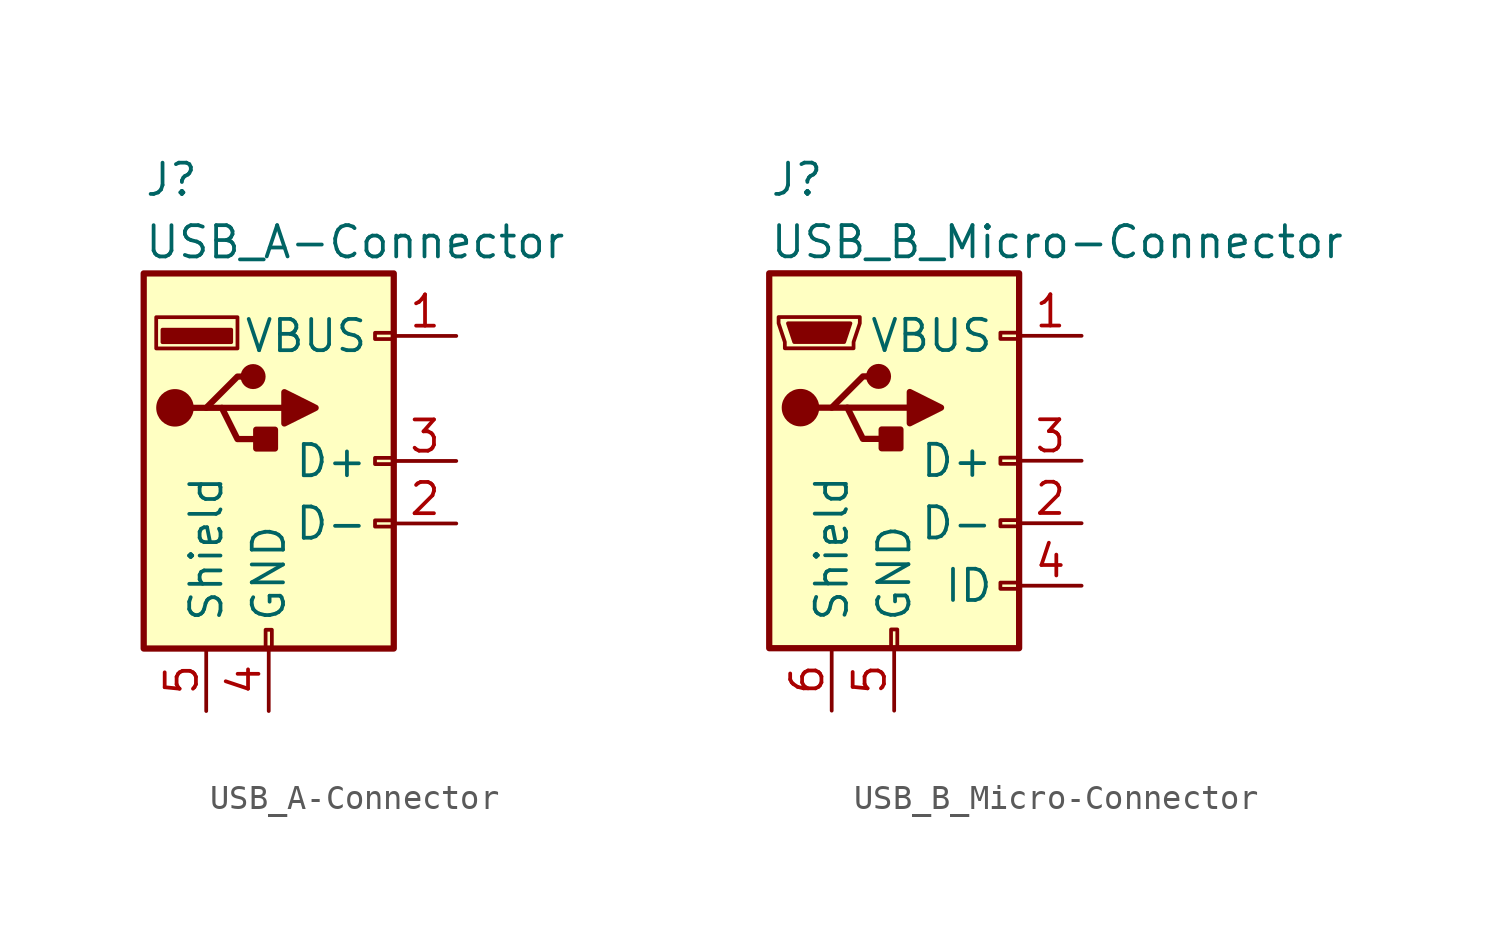
<source format=kicad_sym>
(kicad_symbol_lib
  (version 20201005)
  (generator kicad_symbol_editor)
  (symbol "USB_A-Connector"
    (pin_names
      (offset 1.016))
    (property "Reference" "J"
      (at -5.08 11.43 0)
      (effects (font (size 1.27 1.27)) (justify left)))
    (property "Value" "USB_A-Connector"
      (at -5.08 8.89 0)
      (effects (font (size 1.27 1.27)) (justify left)))
    (symbol "USB_A-Connector_0_1"
      (circle (center -3.81 2.159) (radius 0.635) (stroke (width 0.254)) (fill (type outline)))
      (circle (center -0.635 3.429) (radius 0.381) (stroke (width 0.254)) (fill (type outline)))
      (rectangle (start -1.27 4.572) (end -4.572 5.842) (stroke (width 0)) (fill (type none)))
      (rectangle (start -0.127 -7.62) (end 0.127 -6.858) (stroke (width 0)) (fill (type none)))
      (rectangle (start 5.08 -2.667) (end 4.318 -2.413) (stroke (width 0)) (fill (type none)))
      (rectangle (start 5.08 -0.127) (end 4.318 0.127) (stroke (width 0)) (fill (type none)))
      (rectangle (start 5.08 4.953) (end 4.318 5.207) (stroke (width 0)) (fill (type none)))
      (rectangle (start -1.524 4.826) (end -4.318 5.334) (stroke (width 0)) (fill (type outline)))
      (rectangle (start 0.254 1.27) (end -0.508 0.508) (stroke (width 0.254)) (fill (type outline)))
      (rectangle (start -5.08 -7.62) (end 5.08 7.62) (stroke (width 0.254)) (fill (type background)))
      (polyline (pts (xy -3.175 2.159) (xy -2.54 2.159) (xy -1.27 3.429) (xy -0.635 3.429)) (stroke (width 0.254)) (fill (type none)))
      (polyline (pts (xy -2.54 2.159) (xy -1.905 2.159) (xy -1.27 0.889) (xy 0 0.889)) (stroke (width 0.254)) (fill (type none)))
      (polyline (pts (xy 0.635 2.794) (xy 0.635 1.524) (xy 1.905 2.159) (xy 0.635 2.794)) (stroke (width 0.254)) (fill (type outline))))
    (symbol "USB_A-Connector_1_1"
      (polyline (pts (xy -1.905 2.159) (xy 0.635 2.159)) (stroke (width 0.254)) (fill (type none)))
      (pin power_in line (at 7.62 5.08 180) (length 2.54) (name "VBUS" (effects (font (size 1.27 1.27)))) (number "1" (effects (font (size 1.27 1.27)))))
      (pin passive line (at 7.62 -2.54 180) (length 2.54) (name "D-" (effects (font (size 1.27 1.27)))) (number "2" (effects (font (size 1.27 1.27)))))
      (pin passive line (at 7.62 0 180) (length 2.54) (name "D+" (effects (font (size 1.27 1.27)))) (number "3" (effects (font (size 1.27 1.27)))))
      (pin power_in line (at 0 -10.16 90) (length 2.54) (name "GND" (effects (font (size 1.27 1.27)))) (number "4" (effects (font (size 1.27 1.27)))))
      (pin passive line (at -2.54 -10.16 90) (length 2.54) (name "Shield" (effects (font (size 1.27 1.27)))) (number "5" (effects (font (size 1.27 1.27)))))))
  (symbol "USB_B_Micro-Connector"
    (pin_names
      (offset 1.016))
    (property "Reference" "J"
      (at -5.08 11.43 0)
      (effects (font (size 1.27 1.27)) (justify left)))
    (property "Value" "USB_B_Micro-Connector"
      (at -5.08 8.89 0)
      (effects (font (size 1.27 1.27)) (justify left)))
    (symbol "USB_B_Micro-Connector_0_1"
      (circle (center -3.81 2.159) (radius 0.635) (stroke (width 0.254)) (fill (type outline)))
      (circle (center -0.635 3.429) (radius 0.381) (stroke (width 0.254)) (fill (type outline)))
      (rectangle (start -0.127 -7.62) (end 0.127 -6.858) (stroke (width 0)) (fill (type none)))
      (rectangle (start 5.08 -5.207) (end 4.318 -4.953) (stroke (width 0)) (fill (type none)))
      (rectangle (start 5.08 -2.667) (end 4.318 -2.413) (stroke (width 0)) (fill (type none)))
      (rectangle (start 5.08 -0.127) (end 4.318 0.127) (stroke (width 0)) (fill (type none)))
      (rectangle (start 5.08 4.953) (end 4.318 5.207) (stroke (width 0)) (fill (type none)))
      (rectangle (start 0.254 1.27) (end -0.508 0.508) (stroke (width 0.254)) (fill (type outline)))
      (rectangle (start -5.08 -7.62) (end 5.08 7.62) (stroke (width 0.254)) (fill (type background)))
      (polyline (pts (xy -1.905 2.159) (xy 0.635 2.159)) (stroke (width 0.254)) (fill (type none)))
      (polyline (pts (xy -3.175 2.159) (xy -2.54 2.159) (xy -1.27 3.429) (xy -0.635 3.429)) (stroke (width 0.254)) (fill (type none)))
      (polyline (pts (xy -2.54 2.159) (xy -1.905 2.159) (xy -1.27 0.889) (xy 0 0.889)) (stroke (width 0.254)) (fill (type none)))
      (polyline (pts (xy -4.699 5.842) (xy -4.699 5.588) (xy -4.445 4.826) (xy -4.445 4.572) (xy -1.651 4.572) (xy -1.651 4.826) (xy -1.397 5.588) (xy -1.397 5.842) (xy -4.699 5.842)) (stroke (width 0)) (fill (type none)))
      (polyline (pts (xy 0.635 2.794) (xy 0.635 1.524) (xy 1.905 2.159) (xy 0.635 2.794)) (stroke (width 0.254)) (fill (type outline)))
      (polyline (pts (xy -4.318 5.588) (xy -1.778 5.588) (xy -2.032 4.826) (xy -4.064 4.826) (xy -4.318 5.588)) (stroke (width 0)) (fill (type outline))))
    (symbol "USB_B_Micro-Connector_1_1"
      (pin power_out line (at 7.62 5.08 180) (length 2.54) (name "VBUS" (effects (font (size 1.27 1.27)))) (number "1" (effects (font (size 1.27 1.27)))))
      (pin passive line (at 7.62 -2.54 180) (length 2.54) (name "D-" (effects (font (size 1.27 1.27)))) (number "2" (effects (font (size 1.27 1.27)))))
      (pin passive line (at 7.62 0 180) (length 2.54) (name "D+" (effects (font (size 1.27 1.27)))) (number "3" (effects (font (size 1.27 1.27)))))
      (pin passive line (at 7.62 -5.08 180) (length 2.54) (name "ID" (effects (font (size 1.27 1.27)))) (number "4" (effects (font (size 1.27 1.27)))))
      (pin power_out line (at 0 -10.16 90) (length 2.54) (name "GND" (effects (font (size 1.27 1.27)))) (number "5" (effects (font (size 1.27 1.27)))))
      (pin passive line (at -2.54 -10.16 90) (length 2.54) (name "Shield" (effects (font (size 1.27 1.27)))) (number "6" (effects (font (size 1.27 1.27))))))))
</source>
